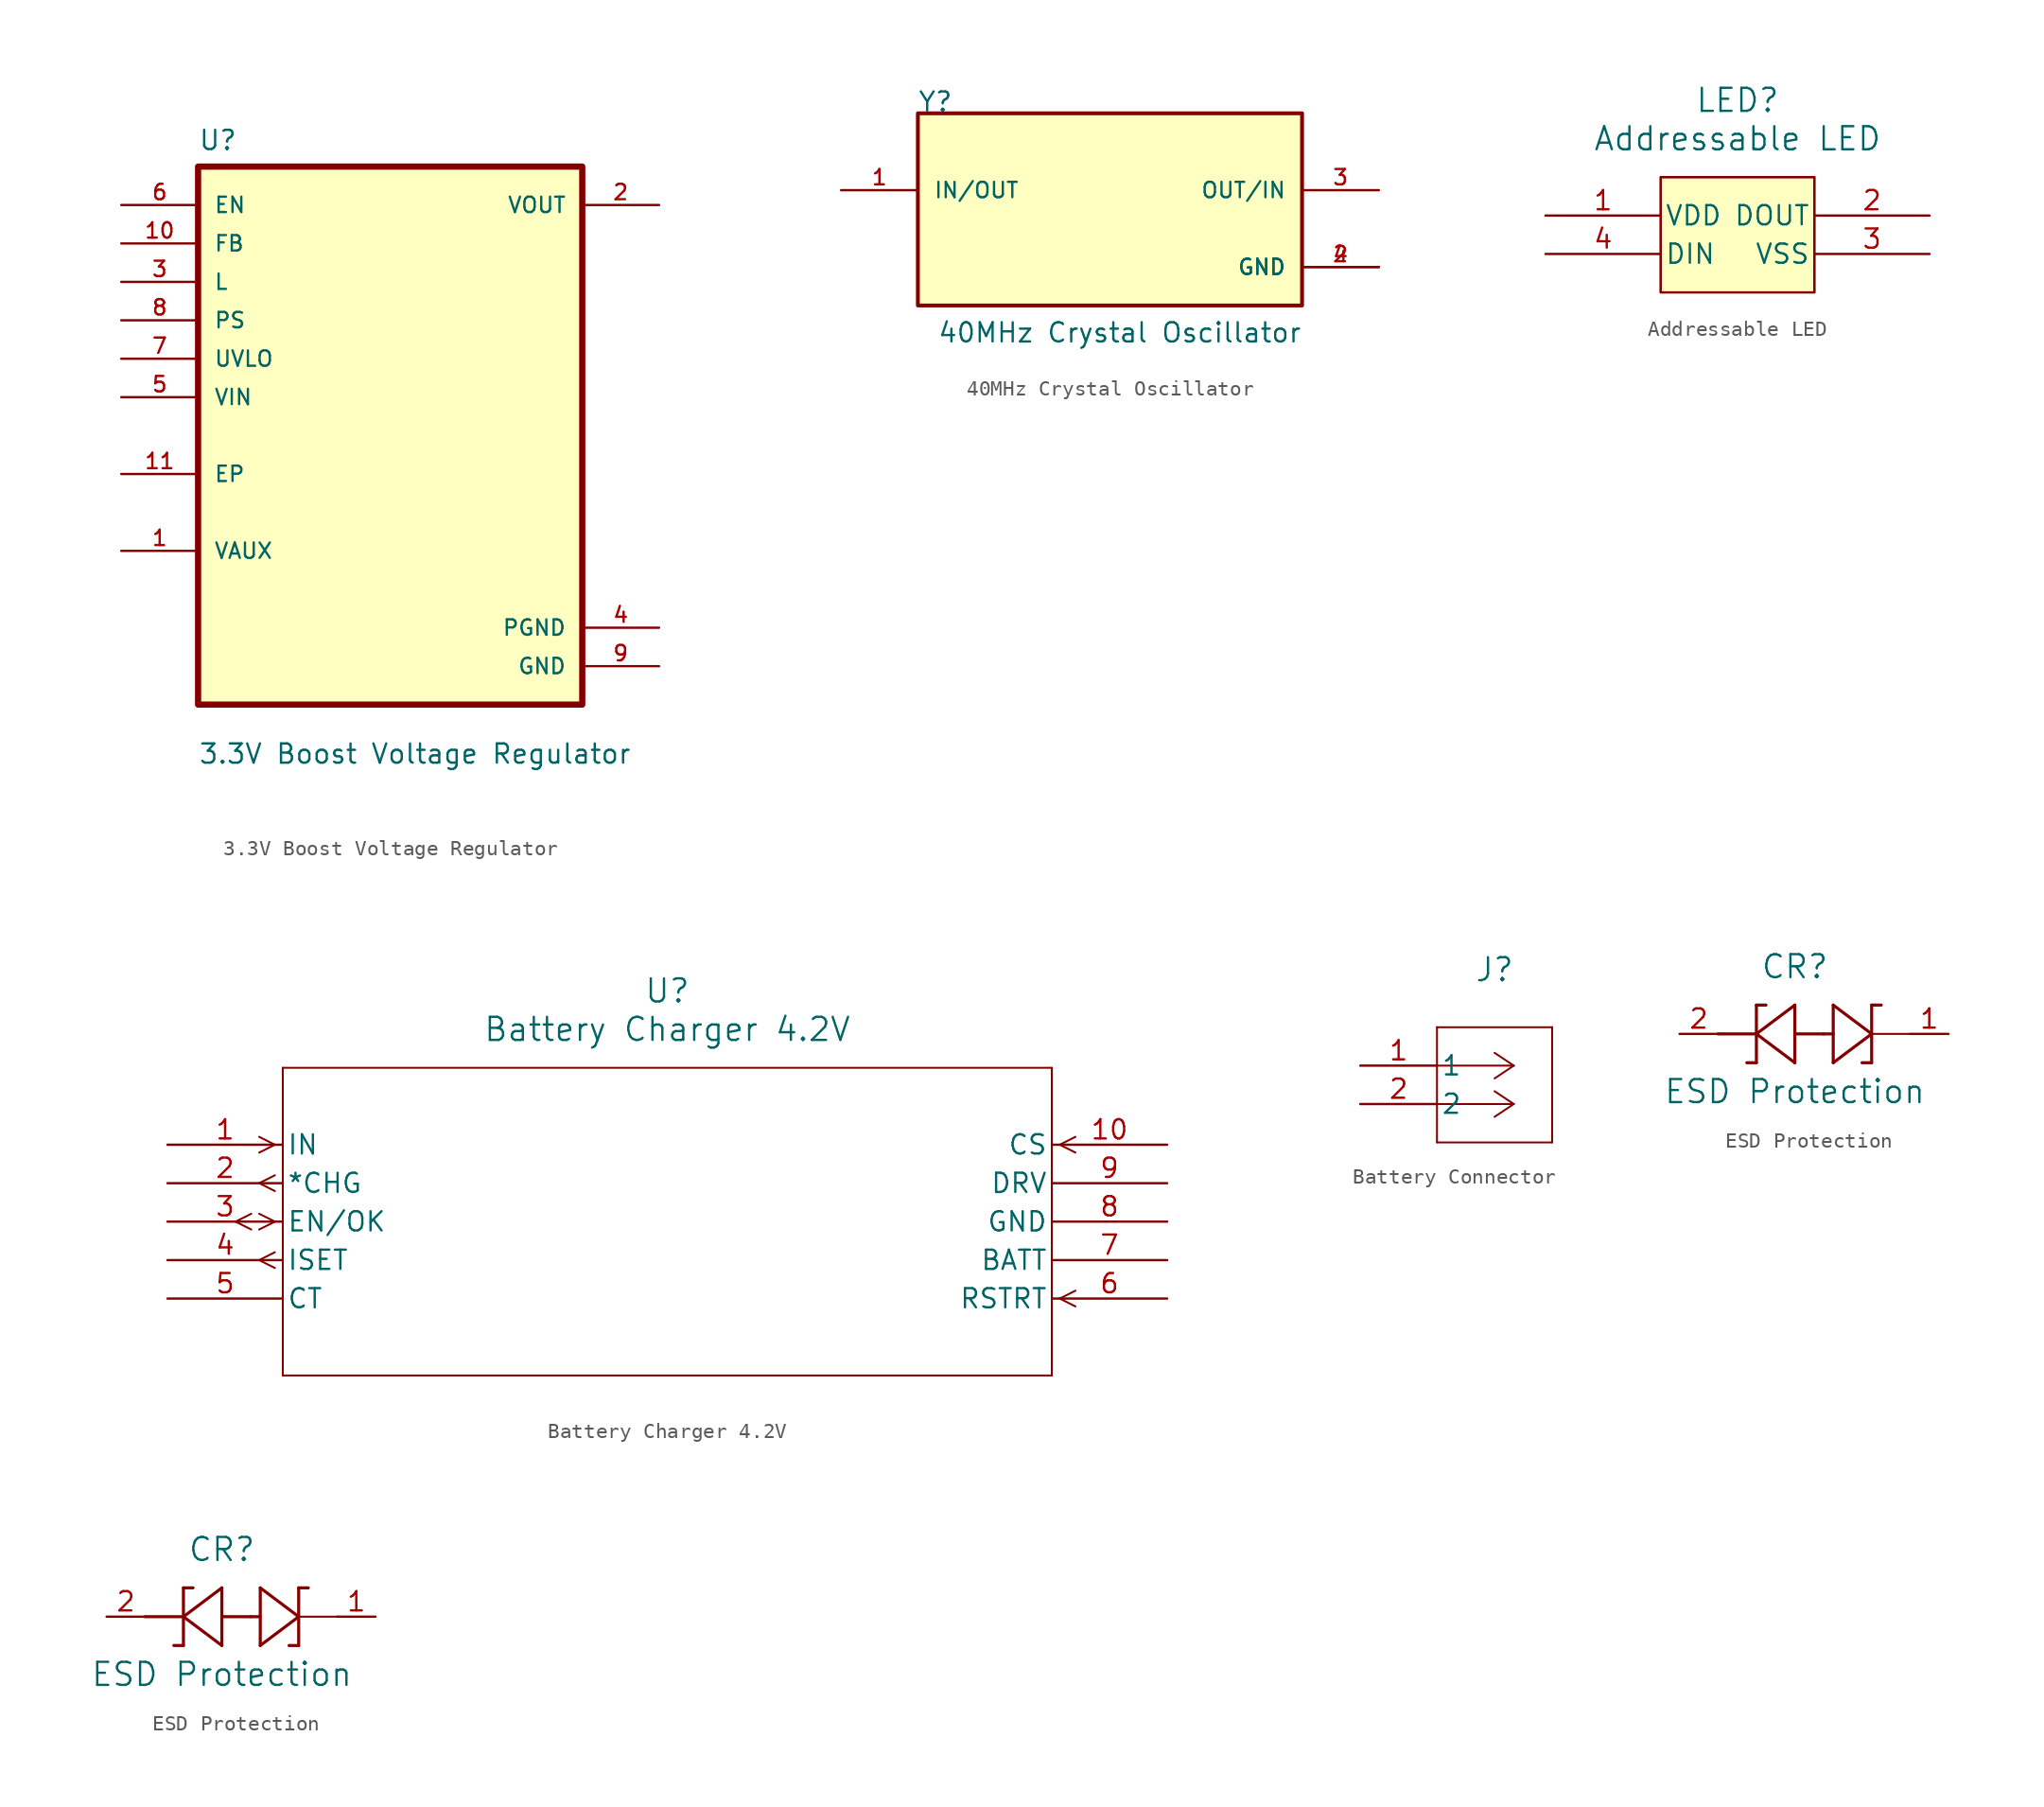
<source format=kicad_sym>
(kicad_symbol_lib
  (version 20220914)
  (generator kicad_symbol_editor)
  (symbol "3.3V Boost Voltage Regulator"
    (pin_names
      (offset 1.016))
    (property "Reference" "U"
      (at -12.7 18.78 0)
      (effects (font (size 1.27 1.27)) (justify left bottom)))
    (property "Value" "3.3V Boost Voltage Regulator"
      (at -12.7 -21.78 0)
      (effects (font (size 1.27 1.27)) (justify left bottom)))
    (symbol "3.3V Boost Voltage Regulator_0_0"
      (rectangle (start -12.7 -17.78) (end 12.7 17.78) (stroke (width 0.41) (type default)) (fill (type background)))
      (pin bidirectional line (at -17.78 -7.62 0) (length 5.08) (name "VAUX" (effects (font (size 1.016 1.016)))) (number "1" (effects (font (size 1.016 1.016)))))
      (pin input line (at -17.78 12.7 0) (length 5.08) (name "FB" (effects (font (size 1.016 1.016)))) (number "10" (effects (font (size 1.016 1.016)))))
      (pin bidirectional line (at -17.78 -2.54 0) (length 5.08) (name "EP" (effects (font (size 1.016 1.016)))) (number "11" (effects (font (size 1.016 1.016)))))
      (pin output line (at 17.78 15.24 180) (length 5.08) (name "VOUT" (effects (font (size 1.016 1.016)))) (number "2" (effects (font (size 1.016 1.016)))))
      (pin input line (at -17.78 10.16 0) (length 5.08) (name "L" (effects (font (size 1.016 1.016)))) (number "3" (effects (font (size 1.016 1.016)))))
      (pin power_in line (at 17.78 -12.7 180) (length 5.08) (name "PGND" (effects (font (size 1.016 1.016)))) (number "4" (effects (font (size 1.016 1.016)))))
      (pin input line (at -17.78 2.54 0) (length 5.08) (name "VIN" (effects (font (size 1.016 1.016)))) (number "5" (effects (font (size 1.016 1.016)))))
      (pin input line (at -17.78 15.24 0) (length 5.08) (name "EN" (effects (font (size 1.016 1.016)))) (number "6" (effects (font (size 1.016 1.016)))))
      (pin input line (at -17.78 5.08 0) (length 5.08) (name "UVLO" (effects (font (size 1.016 1.016)))) (number "7" (effects (font (size 1.016 1.016)))))
      (pin input line (at -17.78 7.62 0) (length 5.08) (name "PS" (effects (font (size 1.016 1.016)))) (number "8" (effects (font (size 1.016 1.016)))))
      (pin power_in line (at 17.78 -15.24 180) (length 5.08) (name "GND" (effects (font (size 1.016 1.016)))) (number "9" (effects (font (size 1.016 1.016)))))))
  (symbol "40MHz Crystal Oscillator"
    (pin_names
      (offset 1.016))
    (property "Reference" "Y"
      (at -12.729 7.637 0)
      (effects (font (size 1.27 1.27)) (justify left bottom)))
    (property "Value" "40MHz Crystal Oscillator"
      (at -11.43 -7.62 0)
      (effects (font (size 1.27 1.27)) (justify left bottom)))
    (symbol "40MHz Crystal Oscillator_0_0"
      (rectangle (start -12.7 7.62) (end 12.7 -5.08) (stroke (width 0.254) (type default)) (fill (type background)))
      (pin bidirectional line (at -17.78 2.54 0) (length 5.08) (name "IN/OUT" (effects (font (size 1.016 1.016)))) (number "1" (effects (font (size 1.016 1.016)))))
      (pin power_in line (at 17.78 -2.54 180) (length 5.08) (name "GND" (effects (font (size 1.016 1.016)))) (number "2" (effects (font (size 1.016 1.016)))))
      (pin bidirectional line (at 17.78 2.54 180) (length 5.08) (name "OUT/IN" (effects (font (size 1.016 1.016)))) (number "3" (effects (font (size 1.016 1.016)))))
      (pin power_in line (at 17.78 -2.54 180) (length 5.08) (name "GND" (effects (font (size 1.016 1.016)))) (number "4" (effects (font (size 1.016 1.016)))))))
  (symbol "Addressable LED"
    (pin_names
      (offset 0.254))
    (property "Reference" "LED"
      (at 27.94 7.62 0)
      (effects (font (size 1.524 1.524))))
    (property "Value" "Addressable LED"
      (at 27.94 5.08 0)
      (effects (font (size 1.524 1.524))))
    (property "ki_locked" ""
      (at 0 0 0)
      (effects (font (size 1.27 1.27))))
    (symbol "Addressable LED_0_1"
      (polyline (pts (xy 22.86 -5.08) (xy 33.02 -5.08)) (stroke (width 0.127) (type default)) (fill (type none)))
      (polyline (pts (xy 33.02 -5.08) (xy 33.02 2.54)) (stroke (width 0.127) (type default)) (fill (type none)))
      (polyline (pts (xy 33.02 2.54) (xy 22.86 2.54)) (stroke (width 0.127) (type default)) (fill (type none)))
      (pin power_in line (at 15.24 0 0) (length 7.62) (name "VDD" (effects (font (size 1.27 1.27)))) (number "1" (effects (font (size 1.27 1.27)))))
      (pin output line (at 40.64 0 180) (length 7.62) (name "DOUT" (effects (font (size 1.27 1.27)))) (number "2" (effects (font (size 1.27 1.27)))))
      (pin power_out line (at 40.64 -2.54 180) (length 7.62) (name "VSS" (effects (font (size 1.27 1.27)))) (number "3" (effects (font (size 1.27 1.27)))))
      (pin input line (at 15.24 -2.54 0) (length 7.62) (name "DIN" (effects (font (size 1.27 1.27)))) (number "4" (effects (font (size 1.27 1.27))))))
    (symbol "Addressable LED_1_1"
      (polyline (pts (xy 22.86 2.54) (xy 22.86 -5.08)) (stroke (width 0.127) (type default)) (fill (type none)))
      (rectangle (start 22.86 2.54) (end 33.02 -5.08) (stroke (width 0) (type default)) (fill (type background)))))
  (symbol "Battery Charger 4.2V"
    (pin_names
      (offset 0.254))
    (property "Reference" "U"
      (at 33.02 10.16 0)
      (effects (font (size 1.524 1.524))))
    (property "Value" "Battery Charger 4.2V"
      (at 33.02 7.62 0)
      (effects (font (size 1.524 1.524))))
    (property "ki_locked" ""
      (at 0 0 0)
      (effects (font (size 1.27 1.27))))
    (symbol "Battery Charger 4.2V_0_1"
      (polyline (pts (xy 5.537 -5.601) (xy 4.496 -5.08)) (stroke (width 0.127) (type default)) (fill (type none)))
      (polyline (pts (xy 5.537 -4.559) (xy 4.496 -5.08)) (stroke (width 0.127) (type default)) (fill (type none)))
      (polyline (pts (xy 7.099 -8.141) (xy 6.058 -7.62)) (stroke (width 0.127) (type default)) (fill (type none)))
      (polyline (pts (xy 7.099 -7.099) (xy 6.058 -7.62)) (stroke (width 0.127) (type default)) (fill (type none)))
      (polyline (pts (xy 7.099 -5.08) (xy 6.058 -5.601)) (stroke (width 0.127) (type default)) (fill (type none)))
      (polyline (pts (xy 7.099 -5.08) (xy 6.058 -4.559)) (stroke (width 0.127) (type default)) (fill (type none)))
      (polyline (pts (xy 7.099 -3.061) (xy 6.058 -2.54)) (stroke (width 0.127) (type default)) (fill (type none)))
      (polyline (pts (xy 7.099 -2.019) (xy 6.058 -2.54)) (stroke (width 0.127) (type default)) (fill (type none)))
      (polyline (pts (xy 7.099 0) (xy 6.058 -0.521)) (stroke (width 0.127) (type default)) (fill (type none)))
      (polyline (pts (xy 7.099 0) (xy 6.058 0.521)) (stroke (width 0.127) (type default)) (fill (type none)))
      (polyline (pts (xy 7.62 -15.24) (xy 58.42 -15.24)) (stroke (width 0.127) (type default)) (fill (type none)))
      (polyline (pts (xy 7.62 5.08) (xy 7.62 -15.24)) (stroke (width 0.127) (type default)) (fill (type none)))
      (polyline (pts (xy 58.42 -15.24) (xy 58.42 5.08)) (stroke (width 0.127) (type default)) (fill (type none)))
      (polyline (pts (xy 58.42 5.08) (xy 7.62 5.08)) (stroke (width 0.127) (type default)) (fill (type none)))
      (polyline (pts (xy 58.941 -10.16) (xy 59.982 -10.681)) (stroke (width 0.127) (type default)) (fill (type none)))
      (polyline (pts (xy 58.941 -10.16) (xy 59.982 -9.639)) (stroke (width 0.127) (type default)) (fill (type none)))
      (polyline (pts (xy 58.941 0) (xy 59.982 -0.521)) (stroke (width 0.127) (type default)) (fill (type none)))
      (polyline (pts (xy 58.941 0) (xy 59.982 0.521)) (stroke (width 0.127) (type default)) (fill (type none)))
      (pin input line (at 0 0 0) (length 7.62) (name "IN" (effects (font (size 1.27 1.27)))) (number "1" (effects (font (size 1.27 1.27)))))
      (pin input line (at 66.04 0 180) (length 7.62) (name "CS" (effects (font (size 1.27 1.27)))) (number "10" (effects (font (size 1.27 1.27)))))
      (pin output line (at 0 -2.54 0) (length 7.62) (name "*CHG" (effects (font (size 1.27 1.27)))) (number "2" (effects (font (size 1.27 1.27)))))
      (pin bidirectional line (at 0 -5.08 0) (length 7.62) (name "EN/OK" (effects (font (size 1.27 1.27)))) (number "3" (effects (font (size 1.27 1.27)))))
      (pin output line (at 0 -7.62 0) (length 7.62) (name "ISET" (effects (font (size 1.27 1.27)))) (number "4" (effects (font (size 1.27 1.27)))))
      (pin unspecified line (at 0 -10.16 0) (length 7.62) (name "CT" (effects (font (size 1.27 1.27)))) (number "5" (effects (font (size 1.27 1.27)))))
      (pin input line (at 66.04 -10.16 180) (length 7.62) (name "RSTRT" (effects (font (size 1.27 1.27)))) (number "6" (effects (font (size 1.27 1.27)))))
      (pin power_in line (at 66.04 -7.62 180) (length 7.62) (name "BATT" (effects (font (size 1.27 1.27)))) (number "7" (effects (font (size 1.27 1.27)))))
      (pin power_in line (at 66.04 -5.08 180) (length 7.62) (name "GND" (effects (font (size 1.27 1.27)))) (number "8" (effects (font (size 1.27 1.27)))))
      (pin unspecified line (at 66.04 -2.54 180) (length 7.62) (name "DRV" (effects (font (size 1.27 1.27)))) (number "9" (effects (font (size 1.27 1.27)))))))
  (symbol "Battery Connector"
    (pin_names
      (offset 0.254))
    (property "Reference" "J"
      (at 8.89 6.35 0)
      (effects (font (size 1.524 1.524))))
    (symbol "Battery Connector_0_1"
      (polyline (pts (xy 5.08 -5.08) (xy 12.7 -5.08)) (stroke (width 0.127) (type default)) (fill (type none)))
      (polyline (pts (xy 5.08 2.54) (xy 5.08 -5.08)) (stroke (width 0.127) (type default)) (fill (type none)))
      (polyline (pts (xy 10.16 -2.54) (xy 5.08 -2.54)) (stroke (width 0.127) (type default)) (fill (type none)))
      (polyline (pts (xy 10.16 -2.54) (xy 8.89 -3.387)) (stroke (width 0.127) (type default)) (fill (type none)))
      (polyline (pts (xy 10.16 -2.54) (xy 8.89 -1.693)) (stroke (width 0.127) (type default)) (fill (type none)))
      (polyline (pts (xy 10.16 0) (xy 5.08 0)) (stroke (width 0.127) (type default)) (fill (type none)))
      (polyline (pts (xy 10.16 0) (xy 8.89 -0.847)) (stroke (width 0.127) (type default)) (fill (type none)))
      (polyline (pts (xy 10.16 0) (xy 8.89 0.847)) (stroke (width 0.127) (type default)) (fill (type none)))
      (polyline (pts (xy 12.7 -5.08) (xy 12.7 2.54)) (stroke (width 0.127) (type default)) (fill (type none)))
      (polyline (pts (xy 12.7 2.54) (xy 5.08 2.54)) (stroke (width 0.127) (type default)) (fill (type none)))
      (pin unspecified line (at 0 0 0) (length 5.08) (name "1" (effects (font (size 1.27 1.27)))) (number "1" (effects (font (size 1.27 1.27)))))
      (pin unspecified line (at 0 -2.54 0) (length 5.08) (name "2" (effects (font (size 1.27 1.27)))) (number "2" (effects (font (size 1.27 1.27)))))))
  (symbol "ESD Protection"
    (pin_names
      (offset 0.254))
    (property "Reference" "CR"
      (at 7.62 4.445 0)
      (effects (font (size 1.524 1.524))))
    (property "Value" "ESD Protection"
      (at 7.62 -3.81 0)
      (effects (font (size 1.524 1.524))))
    (property "ki_locked" ""
      (at 0 0 0)
      (effects (font (size 1.27 1.27))))
    (symbol "ESD Protection_1_1"
      (polyline (pts (xy 2.54 0) (xy 5.08 0)) (stroke (width 0.203) (type default)) (fill (type none)))
      (polyline (pts (xy 5.08 -1.905) (xy 4.445 -1.905)) (stroke (width 0.203) (type default)) (fill (type none)))
      (polyline (pts (xy 5.08 0) (xy 7.62 -1.905)) (stroke (width 0.203) (type default)) (fill (type none)))
      (polyline (pts (xy 5.08 1.905) (xy 5.08 -1.905)) (stroke (width 0.203) (type default)) (fill (type none)))
      (polyline (pts (xy 5.08 1.905) (xy 5.715 1.905)) (stroke (width 0.203) (type default)) (fill (type none)))
      (polyline (pts (xy 7.62 -1.905) (xy 7.62 1.905)) (stroke (width 0.203) (type default)) (fill (type none)))
      (polyline (pts (xy 7.62 1.905) (xy 5.08 0)) (stroke (width 0.203) (type default)) (fill (type none)))
      (polyline (pts (xy 9.525 0) (xy 7.62 0)) (stroke (width 0.203) (type default)) (fill (type none)))
      (polyline (pts (xy 9.525 0) (xy 10.16 0)) (stroke (width 0.203) (type default)) (fill (type none)))
      (polyline (pts (xy 10.16 -1.905) (xy 12.7 0)) (stroke (width 0.203) (type default)) (fill (type none)))
      (polyline (pts (xy 10.16 1.905) (xy 10.16 -1.905)) (stroke (width 0.203) (type default)) (fill (type none)))
      (polyline (pts (xy 12.7 -1.905) (xy 12.065 -1.905)) (stroke (width 0.203) (type default)) (fill (type none)))
      (polyline (pts (xy 12.7 -1.905) (xy 12.7 1.905)) (stroke (width 0.203) (type default)) (fill (type none)))
      (polyline (pts (xy 12.7 0) (xy 10.16 1.905)) (stroke (width 0.203) (type default)) (fill (type none)))
      (polyline (pts (xy 12.7 0) (xy 15.24 0)) (stroke (width 0.127) (type default)) (fill (type none)))
      (polyline (pts (xy 12.7 1.905) (xy 13.335 1.905)) (stroke (width 0.203) (type default)) (fill (type none)))
      (pin unspecified line (at 17.78 0 180) (length 2.54) (name "" (effects (font (size 1.27 1.27)))) (number "1" (effects (font (size 1.27 1.27)))))
      (pin unspecified line (at 0 0 0) (length 2.54) (name "" (effects (font (size 1.27 1.27)))) (number "2" (effects (font (size 1.27 1.27))))))
    (symbol "ESD Protection_1_2"
      (polyline (pts (xy 2.54 0) (xy 5.08 0)) (stroke (width 0.203) (type default)) (fill (type none)))
      (polyline (pts (xy 5.08 -1.905) (xy 4.445 -1.905)) (stroke (width 0.203) (type default)) (fill (type none)))
      (polyline (pts (xy 5.08 0) (xy 7.62 -1.905)) (stroke (width 0.203) (type default)) (fill (type none)))
      (polyline (pts (xy 5.08 1.905) (xy 5.08 -1.905)) (stroke (width 0.203) (type default)) (fill (type none)))
      (polyline (pts (xy 5.08 1.905) (xy 5.715 1.905)) (stroke (width 0.203) (type default)) (fill (type none)))
      (polyline (pts (xy 7.62 -1.905) (xy 7.62 1.905)) (stroke (width 0.203) (type default)) (fill (type none)))
      (polyline (pts (xy 7.62 1.905) (xy 5.08 0)) (stroke (width 0.203) (type default)) (fill (type none)))
      (polyline (pts (xy 9.525 0) (xy 7.62 0)) (stroke (width 0.203) (type default)) (fill (type none)))
      (polyline (pts (xy 9.525 0) (xy 10.16 0)) (stroke (width 0.203) (type default)) (fill (type none)))
      (polyline (pts (xy 10.16 -1.905) (xy 12.7 0)) (stroke (width 0.203) (type default)) (fill (type none)))
      (polyline (pts (xy 10.16 1.905) (xy 10.16 -1.905)) (stroke (width 0.203) (type default)) (fill (type none)))
      (polyline (pts (xy 12.7 -1.905) (xy 12.065 -1.905)) (stroke (width 0.203) (type default)) (fill (type none)))
      (polyline (pts (xy 12.7 -1.905) (xy 12.7 1.905)) (stroke (width 0.203) (type default)) (fill (type none)))
      (polyline (pts (xy 12.7 0) (xy 10.16 1.905)) (stroke (width 0.203) (type default)) (fill (type none)))
      (polyline (pts (xy 12.7 0) (xy 15.24 0)) (stroke (width 0.127) (type default)) (fill (type none)))
      (polyline (pts (xy 12.7 1.905) (xy 13.335 1.905)) (stroke (width 0.203) (type default)) (fill (type none)))
      (pin unspecified line (at 17.78 0 180) (length 2.54) (name "" (effects (font (size 1.27 1.27)))) (number "1" (effects (font (size 1.27 1.27)))))
      (pin unspecified line (at 0 0 0) (length 2.54) (name "" (effects (font (size 1.27 1.27)))) (number "2" (effects (font (size 1.27 1.27))))))))
</source>
